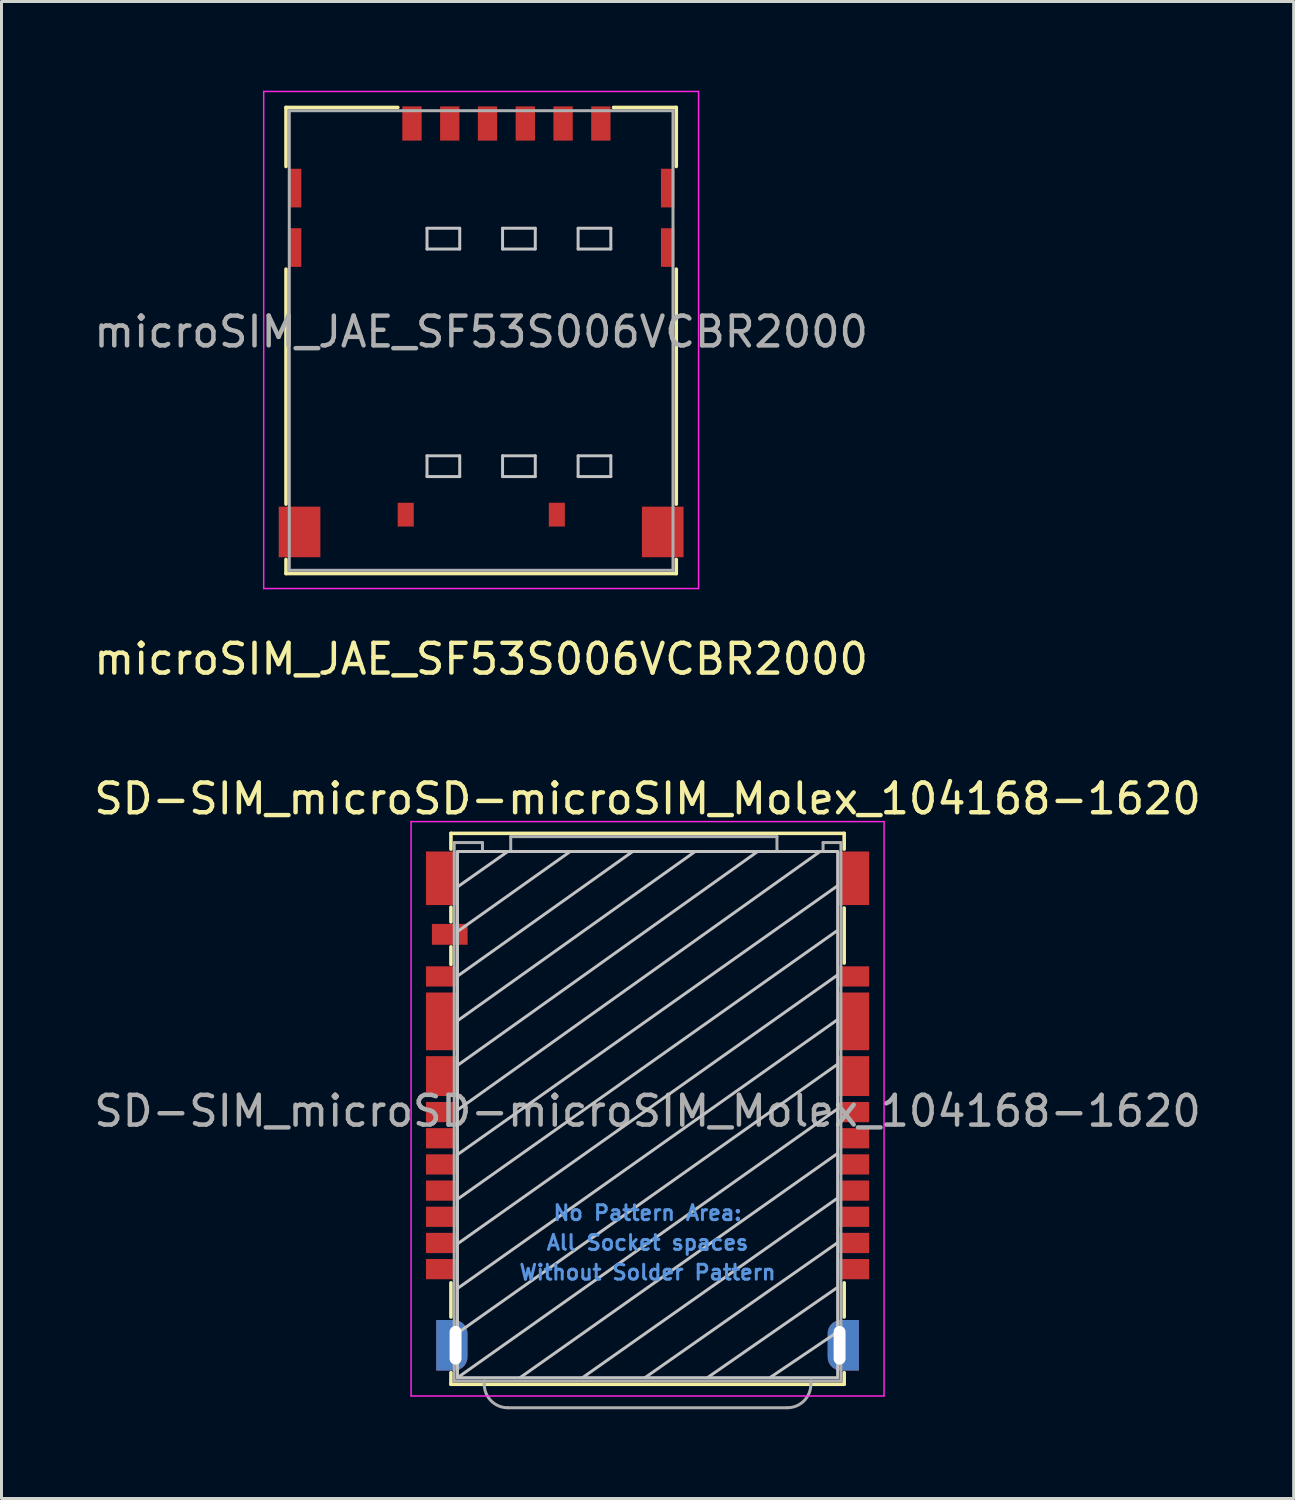
<source format=kicad_pcb>
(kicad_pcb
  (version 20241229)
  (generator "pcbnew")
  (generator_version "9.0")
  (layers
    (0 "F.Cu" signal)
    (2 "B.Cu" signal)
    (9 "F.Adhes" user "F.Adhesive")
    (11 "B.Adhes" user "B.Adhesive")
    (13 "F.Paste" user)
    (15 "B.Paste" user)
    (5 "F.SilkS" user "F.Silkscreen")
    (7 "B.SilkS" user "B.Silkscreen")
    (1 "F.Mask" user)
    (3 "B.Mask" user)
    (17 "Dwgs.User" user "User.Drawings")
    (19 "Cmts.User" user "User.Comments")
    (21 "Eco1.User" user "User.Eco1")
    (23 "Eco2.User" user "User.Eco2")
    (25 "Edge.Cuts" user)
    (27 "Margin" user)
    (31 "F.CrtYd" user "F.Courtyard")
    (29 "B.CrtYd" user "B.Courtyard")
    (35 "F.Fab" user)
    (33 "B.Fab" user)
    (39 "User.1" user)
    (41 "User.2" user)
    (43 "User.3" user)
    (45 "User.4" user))
  (footprint "SD-SIM_microSD-microSIM_Molex_104168-1620"
    (layer "F.Cu")
    (at 18.72 34.301)
    (property "Reference" "SD-SIM_microSD-microSIM_Molex_104168-1620" (at 0 -10.5 0) (layer "F.SilkS") (effects (font (size 1 1) (thickness 0.15))))
    (attr smd)
    (fp_line (start -6.61 -9.335) (end 6.61 -9.335) (stroke (width 0.12) (type solid)) (layer "F.SilkS"))
    (fp_line (start -6.61 -8.805) (end -6.61 -9.335) (stroke (width 0.12) (type solid)) (layer "F.SilkS"))
    (fp_line (start -6.61 -6.85) (end -6.61 -6.36) (stroke (width 0.12) (type solid)) (layer "F.SilkS"))
    (fp_line (start -6.61 -5.52) (end -6.61 -4.93) (stroke (width 0.12) (type solid)) (layer "F.SilkS"))
    (fp_line (start -6.61 5.775) (end -6.61 6.925) (stroke (width 0.12) (type solid)) (layer "F.SilkS"))
    (fp_line (start -6.61 8.795) (end -6.61 9.185) (stroke (width 0.12) (type solid)) (layer "F.SilkS"))
    (fp_line (start -6.61 9.185) (end 6.61 9.185) (stroke (width 0.12) (type solid)) (layer "F.SilkS"))
    (fp_line (start 6.61 -8.805) (end 6.61 -9.335) (stroke (width 0.12) (type solid)) (layer "F.SilkS"))
    (fp_line (start 6.61 -6.825) (end 6.61 -4.975) (stroke (width 0.12) (type solid)) (layer "F.SilkS"))
    (fp_line (start 6.61 5.775) (end 6.61 6.925) (stroke (width 0.12) (type solid)) (layer "F.SilkS"))
    (fp_line (start 6.61 8.795) (end 6.61 9.185) (stroke (width 0.12) (type solid)) (layer "F.SilkS"))
    (fp_line (start -6.39 -8.725) (end -6.39 8.965) (stroke (width 0.1) (type solid)) (layer "Dwgs.User"))
    (fp_line (start -6.39 -8.725) (end 6.39 -8.725) (stroke (width 0.1) (type solid)) (layer "Dwgs.User"))
    (fp_line (start -6.39 -7.535) (end -4.7 -8.725) (stroke (width 0.1) (type solid)) (layer "Dwgs.User"))
    (fp_line (start -6.39 -6.035) (end -2.6 -8.725) (stroke (width 0.1) (type solid)) (layer "Dwgs.User"))
    (fp_line (start -6.39 -4.535) (end -0.5 -8.725) (stroke (width 0.1) (type solid)) (layer "Dwgs.User"))
    (fp_line (start -6.39 -3.035) (end 1.6 -8.725) (stroke (width 0.1) (type solid)) (layer "Dwgs.User"))
    (fp_line (start -6.39 -1.535) (end 3.7 -8.725) (stroke (width 0.1) (type solid)) (layer "Dwgs.User"))
    (fp_line (start -6.39 -0.035) (end 5.8 -8.725) (stroke (width 0.1) (type solid)) (layer "Dwgs.User"))
    (fp_line (start -6.39 1.465) (end 6.39 -7.575) (stroke (width 0.1) (type solid)) (layer "Dwgs.User"))
    (fp_line (start -6.39 2.965) (end 6.39 -6.075) (stroke (width 0.1) (type solid)) (layer "Dwgs.User"))
    (fp_line (start -6.39 4.465) (end 6.39 -4.575) (stroke (width 0.1) (type solid)) (layer "Dwgs.User"))
    (fp_line (start -6.39 5.965) (end 6.39 -3.075) (stroke (width 0.1) (type solid)) (layer "Dwgs.User"))
    (fp_line (start -6.39 7.465) (end 6.39 -1.575) (stroke (width 0.1) (type solid)) (layer "Dwgs.User"))
    (fp_line (start -6.39 8.965) (end 6.39 -0.075) (stroke (width 0.1) (type solid)) (layer "Dwgs.User"))
    (fp_line (start -6.39 8.965) (end 6.39 8.965) (stroke (width 0.1) (type solid)) (layer "Dwgs.User"))
    (fp_line (start -4.29 8.965) (end 6.39 1.425) (stroke (width 0.1) (type solid)) (layer "Dwgs.User"))
    (fp_line (start -2.19 8.965) (end 6.39 2.925) (stroke (width 0.1) (type solid)) (layer "Dwgs.User"))
    (fp_line (start -0.09 8.965) (end 6.39 4.425) (stroke (width 0.1) (type solid)) (layer "Dwgs.User"))
    (fp_line (start 2.01 8.965) (end 6.39 5.925) (stroke (width 0.1) (type solid)) (layer "Dwgs.User"))
    (fp_line (start 4.11 8.965) (end 6.39 7.425) (stroke (width 0.1) (type solid)) (layer "Dwgs.User"))
    (fp_line (start 6.39 -8.725) (end 6.39 8.965) (stroke (width 0.1) (type solid)) (layer "Dwgs.User"))
    (fp_line (start -7.95 -9.73) (end -7.95 9.58) (stroke (width 0.05) (type solid)) (layer "F.CrtYd"))
    (fp_line (start -7.95 -9.73) (end 7.95 -9.73) (stroke (width 0.05) (type solid)) (layer "F.CrtYd"))
    (fp_line (start -7.95 9.58) (end 7.95 9.58) (stroke (width 0.05) (type solid)) (layer "F.CrtYd"))
    (fp_line (start 7.95 -9.73) (end 7.95 9.58) (stroke (width 0.05) (type solid)) (layer "F.CrtYd"))
    (fp_line (start -6.5 -9.025) (end -6.5 9.075) (stroke (width 0.1) (type solid)) (layer "F.Fab"))
    (fp_line (start -6.5 -9.025) (end -5.55 -9.025) (stroke (width 0.1) (type solid)) (layer "F.Fab"))
    (fp_line (start -6.5 9.075) (end 6.5 9.075) (stroke (width 0.1) (type solid)) (layer "F.Fab"))
    (fp_line (start -5.55 -9.025) (end -5.55 -8.725) (stroke (width 0.1) (type solid)) (layer "F.Fab"))
    (fp_line (start -5.55 -8.725) (end -4.6 -8.725) (stroke (width 0.1) (type solid)) (layer "F.Fab"))
    (fp_line (start -5.49 9.075) (end -5.49 9.185) (stroke (width 0.1) (type solid)) (layer "F.Fab"))
    (fp_line (start -4.7 9.975) (end 4.7 9.975) (stroke (width 0.1) (type solid)) (layer "F.Fab"))
    (fp_line (start -4.6 -9.225) (end -4.6 -8.725) (stroke (width 0.1) (type solid)) (layer "F.Fab"))
    (fp_line (start -4.6 -9.225) (end 4.35 -9.225) (stroke (width 0.1) (type solid)) (layer "F.Fab"))
    (fp_line (start 4.35 -9.225) (end 4.35 -8.725) (stroke (width 0.1) (type solid)) (layer "F.Fab"))
    (fp_line (start 4.35 -8.725) (end 5.9 -8.725) (stroke (width 0.1) (type solid)) (layer "F.Fab"))
    (fp_line (start 5.49 9.075) (end 5.49 9.185) (stroke (width 0.1) (type solid)) (layer "F.Fab"))
    (fp_line (start 5.9 -9.025) (end 5.9 -8.725) (stroke (width 0.1) (type solid)) (layer "F.Fab"))
    (fp_line (start 5.9 -9.025) (end 6.5 -9.025) (stroke (width 0.1) (type solid)) (layer "F.Fab"))
    (fp_line (start 6.5 -9.025) (end 6.5 9.075) (stroke (width 0.1) (type solid)) (layer "F.Fab"))
    (fp_arc (start -4.7 9.975) (mid -5.258614 9.743614) (end -5.49 9.185) (stroke (width 0.1) (type solid)) (layer "F.Fab"))
    (fp_arc (start 5.49 9.185) (mid 5.258614 9.743614) (end 4.7 9.975) (stroke (width 0.1) (type solid)) (layer "F.Fab"))
    (fp_text user "Without Solder Pattern" (at 0 5.425 0) (layer "Cmts.User") (effects (font (size 0.5 0.5) (thickness 0.1))))
    (fp_text user "All Socket spaces" (at 0 4.425 0) (layer "Cmts.User") (effects (font (size 0.5 0.5) (thickness 0.1))))
    (fp_text user "No Pattern Area:" (at 0 3.425 0) (layer "Cmts.User") (effects (font (size 0.5 0.5) (thickness 0.1))))
    (fp_text user "${REFERENCE}" (at 0 0 0) (layer "F.Fab") (effects (font (size 1 1) (thickness 0.15))))
    (pad "C1" smd rect (at 6.95 -4.525) (size 1 0.68) (layers "F.Cu" "F.Mask" "F.Paste"))
    (pad "C2" smd rect (at 6.95 0.035) (size 1 0.68) (layers "F.Cu" "F.Mask" "F.Paste"))
    (pad "C3" smd rect (at 6.95 0.915) (size 1 0.68) (layers "F.Cu" "F.Mask" "F.Paste"))
    (pad "C4" smd rect (at 6.95 2.675) (size 1 0.68) (layers "F.Cu" "F.Mask" "F.Paste"))
    (pad "C5" smd rect (at -6.95 2.675) (size 1 0.68) (layers "F.Cu" "F.Mask" "F.Paste"))
    (pad "C6" smd rect (at -6.95 0.915) (size 1 0.68) (layers "F.Cu" "F.Mask" "F.Paste"))
    (pad "C7" smd rect (at -6.95 0.035) (size 1 0.68) (layers "F.Cu" "F.Mask" "F.Paste"))
    (pad "C8" smd rect (at -6.95 -4.525) (size 1 0.68) (layers "F.Cu" "F.Mask" "F.Paste"))
    (pad "S1" smd rect (at 6.95 5.315) (size 1 0.68) (layers "F.Cu" "F.Mask" "F.Paste"))
    (pad "S2" smd rect (at 6.95 4.435) (size 1 0.68) (layers "F.Cu" "F.Mask" "F.Paste"))
    (pad "S3" smd rect (at -6.95 4.435) (size 1 0.68) (layers "F.Cu" "F.Mask" "F.Paste"))
    (pad "S4" smd rect (at -6.95 5.315) (size 1 0.68) (layers "F.Cu" "F.Mask" "F.Paste"))
    (pad "S5" smd rect (at 6.95 1.795) (size 1 0.68) (layers "F.Cu" "F.Mask" "F.Paste"))
    (pad "S6" smd rect (at 6.95 3.555) (size 1 0.68) (layers "F.Cu" "F.Mask" "F.Paste"))
    (pad "S7" smd rect (at -6.95 3.555) (size 1 0.68) (layers "F.Cu" "F.Mask" "F.Paste"))
    (pad "S8" smd rect (at -6.95 1.795) (size 1 0.68) (layers "F.Cu" "F.Mask" "F.Paste"))
    (pad "SH" smd rect (at -6.925 -7.825) (size 1.05 1.8) (layers "F.Cu" "F.Mask" "F.Paste"))
    (pad "SH" smd rect (at -6.925 -3.015) (size 1.05 1.94) (layers "F.Cu" "F.Mask" "F.Paste"))
    (pad "SH" smd rect (at -6.925 -1.175) (size 1.05 1.34) (layers "F.Cu" "F.Mask" "F.Paste"))
    (pad "SH" thru_hole custom (at -6.455 7.875) (size 0.5 1.4) (drill oval 0.4 1.3) (layers "*.Cu" "*.Mask") (options (anchor rect)) (primitives (gr_poly (pts (xy 0.4 -0.4) (xy 0 -0.4) (xy 0 -0.85) (xy -0.65 -0.85) (xy -0.65 0.85) (xy 0 0.85) (xy 0 0.4) (xy 0.4 0.4)) (width 0) (fill yes)) (gr_circle (center -0.05 0.4) (end 0.4 0.4) (width 0) (fill yes)) (gr_circle (center -0.05 -0.4) (end 0.4 -0.4) (width 0) (fill yes))))
    (pad "SH" thru_hole custom (at 6.455 7.875) (size 0.5 1.4) (drill oval 0.4 1.3) (layers "*.Cu" "*.Mask") (options (anchor rect)) (primitives (gr_poly (pts (xy -0.4 -0.4) (xy 0 -0.4) (xy 0 -0.85) (xy 0.65 -0.85) (xy 0.65 0.85) (xy 0 0.85) (xy 0 0.4) (xy -0.4 0.4)) (width 0) (fill yes)) (gr_circle (center 0.05 0.4) (end 0.5 0.4) (width 0) (fill yes)) (gr_circle (center 0.05 -0.4) (end 0.5 -0.4) (width 0) (fill yes))))
    (pad "SH" smd rect (at 6.925 -7.825) (size 1.05 1.8) (layers "F.Cu" "F.Mask" "F.Paste"))
    (pad "SH" smd rect (at 6.925 -3.015) (size 1.05 1.94) (layers "F.Cu" "F.Mask" "F.Paste"))
    (pad "SH" smd rect (at 6.925 -1.175) (size 1.05 1.34) (layers "F.Cu" "F.Mask" "F.Paste"))
    (pad "SW" smd rect (at -6.65 -5.94) (size 1.2 0.7) (layers "F.Cu" "F.Mask" "F.Paste")))
  (footprint "microSIM_JAE_SF53S006VCBR2000"
    (layer "F.Cu")
    (at 13.125 8.105)
    (property "Reference" "microSIM_JAE_SF53S006VCBR2000" (at 0 11 0) (layer "F.SilkS") (effects (font (size 1 1) (thickness 0.15))))
    (attr smd)
    (fp_line (start -6.56 -7.543) (end -2.8 -7.543) (stroke (width 0.12) (type solid)) (layer "F.SilkS"))
    (fp_line (start -6.56 -5.558) (end -6.56 -7.543) (stroke (width 0.12) (type solid)) (layer "F.SilkS"))
    (fp_line (start -6.56 5.793) (end -6.56 -2.107) (stroke (width 0.12) (type solid)) (layer "F.SilkS"))
    (fp_line (start -6.56 7.652) (end -6.56 8.127) (stroke (width 0.12) (type solid)) (layer "F.SilkS"))
    (fp_line (start -6.56 8.127) (end 6.56 8.127) (stroke (width 0.12) (type solid)) (layer "F.SilkS"))
    (fp_line (start 4.45 -7.543) (end 6.56 -7.543) (stroke (width 0.12) (type solid)) (layer "F.SilkS"))
    (fp_line (start 6.56 -5.558) (end 6.56 -7.543) (stroke (width 0.12) (type solid)) (layer "F.SilkS"))
    (fp_line (start 6.56 5.793) (end 6.56 -2.107) (stroke (width 0.12) (type solid)) (layer "F.SilkS"))
    (fp_line (start 6.56 7.652) (end 6.56 8.127) (stroke (width 0.12) (type solid)) (layer "F.SilkS"))
    (fp_line (start -1.82 -3.482) (end -1.82 -2.783) (stroke (width 0.1) (type solid)) (layer "Dwgs.User"))
    (fp_line (start -1.82 -3.482) (end -0.72 -3.482) (stroke (width 0.1) (type solid)) (layer "Dwgs.User"))
    (fp_line (start -1.82 -2.783) (end -0.72 -2.783) (stroke (width 0.1) (type solid)) (layer "Dwgs.User"))
    (fp_line (start -1.82 4.168) (end -1.82 4.867) (stroke (width 0.1) (type solid)) (layer "Dwgs.User"))
    (fp_line (start -1.82 4.168) (end -0.72 4.168) (stroke (width 0.1) (type solid)) (layer "Dwgs.User"))
    (fp_line (start -1.82 4.867) (end -0.72 4.867) (stroke (width 0.1) (type solid)) (layer "Dwgs.User"))
    (fp_line (start -0.72 -3.482) (end -0.72 -2.783) (stroke (width 0.1) (type solid)) (layer "Dwgs.User"))
    (fp_line (start -0.72 4.168) (end -0.72 4.867) (stroke (width 0.1) (type solid)) (layer "Dwgs.User"))
    (fp_line (start 0.72 -3.482) (end 0.72 -2.783) (stroke (width 0.1) (type solid)) (layer "Dwgs.User"))
    (fp_line (start 0.72 -3.482) (end 1.82 -3.482) (stroke (width 0.1) (type solid)) (layer "Dwgs.User"))
    (fp_line (start 0.72 -2.783) (end 1.82 -2.783) (stroke (width 0.1) (type solid)) (layer "Dwgs.User"))
    (fp_line (start 0.72 4.168) (end 0.72 4.867) (stroke (width 0.1) (type solid)) (layer "Dwgs.User"))
    (fp_line (start 0.72 4.168) (end 1.82 4.168) (stroke (width 0.1) (type solid)) (layer "Dwgs.User"))
    (fp_line (start 0.72 4.867) (end 1.82 4.867) (stroke (width 0.1) (type solid)) (layer "Dwgs.User"))
    (fp_line (start 1.82 -3.482) (end 1.82 -2.783) (stroke (width 0.1) (type solid)) (layer "Dwgs.User"))
    (fp_line (start 1.82 4.168) (end 1.82 4.867) (stroke (width 0.1) (type solid)) (layer "Dwgs.User"))
    (fp_line (start 3.26 -3.482) (end 3.26 -2.783) (stroke (width 0.1) (type solid)) (layer "Dwgs.User"))
    (fp_line (start 3.26 -3.482) (end 4.36 -3.482) (stroke (width 0.1) (type solid)) (layer "Dwgs.User"))
    (fp_line (start 3.26 -2.783) (end 4.36 -2.783) (stroke (width 0.1) (type solid)) (layer "Dwgs.User"))
    (fp_line (start 3.26 4.168) (end 3.26 4.867) (stroke (width 0.1) (type solid)) (layer "Dwgs.User"))
    (fp_line (start 3.26 4.168) (end 4.36 4.168) (stroke (width 0.1) (type solid)) (layer "Dwgs.User"))
    (fp_line (start 3.26 4.867) (end 4.36 4.867) (stroke (width 0.1) (type solid)) (layer "Dwgs.User"))
    (fp_line (start 4.36 -3.482) (end 4.36 -2.783) (stroke (width 0.1) (type solid)) (layer "Dwgs.User"))
    (fp_line (start 4.36 4.168) (end 4.36 4.867) (stroke (width 0.1) (type solid)) (layer "Dwgs.User"))
    (fp_line (start -7.31 -8.08) (end -7.31 8.63) (stroke (width 0.05) (type solid)) (layer "F.CrtYd"))
    (fp_line (start -7.31 -8.08) (end 7.31 -8.08) (stroke (width 0.05) (type solid)) (layer "F.CrtYd"))
    (fp_line (start -7.31 8.63) (end 7.31 8.63) (stroke (width 0.05) (type solid)) (layer "F.CrtYd"))
    (fp_line (start 7.31 -8.08) (end 7.31 8.63) (stroke (width 0.05) (type solid)) (layer "F.CrtYd"))
    (fp_line (start -6.45 -7.433) (end -6.45 8.018) (stroke (width 0.1) (type solid)) (layer "F.Fab"))
    (fp_line (start -6.45 -7.433) (end 6.45 -7.433) (stroke (width 0.1) (type solid)) (layer "F.Fab"))
    (fp_line (start -6.45 8.018) (end 6.45 8.018) (stroke (width 0.1) (type solid)) (layer "F.Fab"))
    (fp_line (start 6.45 -7.433) (end 6.45 8.018) (stroke (width 0.1) (type solid)) (layer "F.Fab"))
    (fp_text user "${REFERENCE}" (at 0 0 0) (layer "F.Fab") (effects (font (size 1 1) (thickness 0.15))))
    (pad "1" smd rect (at 2.755 -7.003) (size 0.65 1.15) (layers "F.Cu" "F.Mask" "F.Paste"))
    (pad "2" smd rect (at 0.215 -7.003) (size 0.65 1.15) (layers "F.Cu" "F.Mask" "F.Paste"))
    (pad "3" smd rect (at -2.325 -7.003) (size 0.65 1.15) (layers "F.Cu" "F.Mask" "F.Paste"))
    (pad "5" smd rect (at 4.025 -7.003) (size 0.65 1.15) (layers "F.Cu" "F.Mask" "F.Paste"))
    (pad "6" smd rect (at 1.485 -7.003) (size 0.65 1.15) (layers "F.Cu" "F.Mask" "F.Paste"))
    (pad "7" smd rect (at -1.055 -7.003) (size 0.65 1.15) (layers "F.Cu" "F.Mask" "F.Paste"))
    (pad "SH" smd rect (at -6.27 -4.832) (size 0.45 1.3) (layers "F.Cu" "F.Mask" "F.Paste"))
    (pad "SH" smd rect (at -6.27 -2.833) (size 0.45 1.3) (layers "F.Cu" "F.Mask" "F.Paste"))
    (pad "SH" smd rect (at -6.105 6.728) (size 1.4 1.7) (layers "F.Cu" "F.Mask" "F.Paste"))
    (pad "SH" smd rect (at -2.535 6.147) (size 0.54 0.8) (layers "F.Cu" "F.Mask" "F.Paste"))
    (pad "SH" smd rect (at 2.545 6.147) (size 0.54 0.8) (layers "F.Cu" "F.Mask" "F.Paste"))
    (pad "SH" smd rect (at 6.105 6.728) (size 1.4 1.7) (layers "F.Cu" "F.Mask" "F.Paste"))
    (pad "SH" smd rect (at 6.27 -4.832) (size 0.45 1.3) (layers "F.Cu" "F.Mask" "F.Paste"))
    (pad "SH" smd rect (at 6.27 -2.833) (size 0.45 1.3) (layers "F.Cu" "F.Mask" "F.Paste")))
  (gr_rect
    (start -3 -3)
    (end 40.44 47.327)
    (stroke (width 0.1) (type default))
    (fill no)
    (layer "Edge.Cuts")))
</source>
